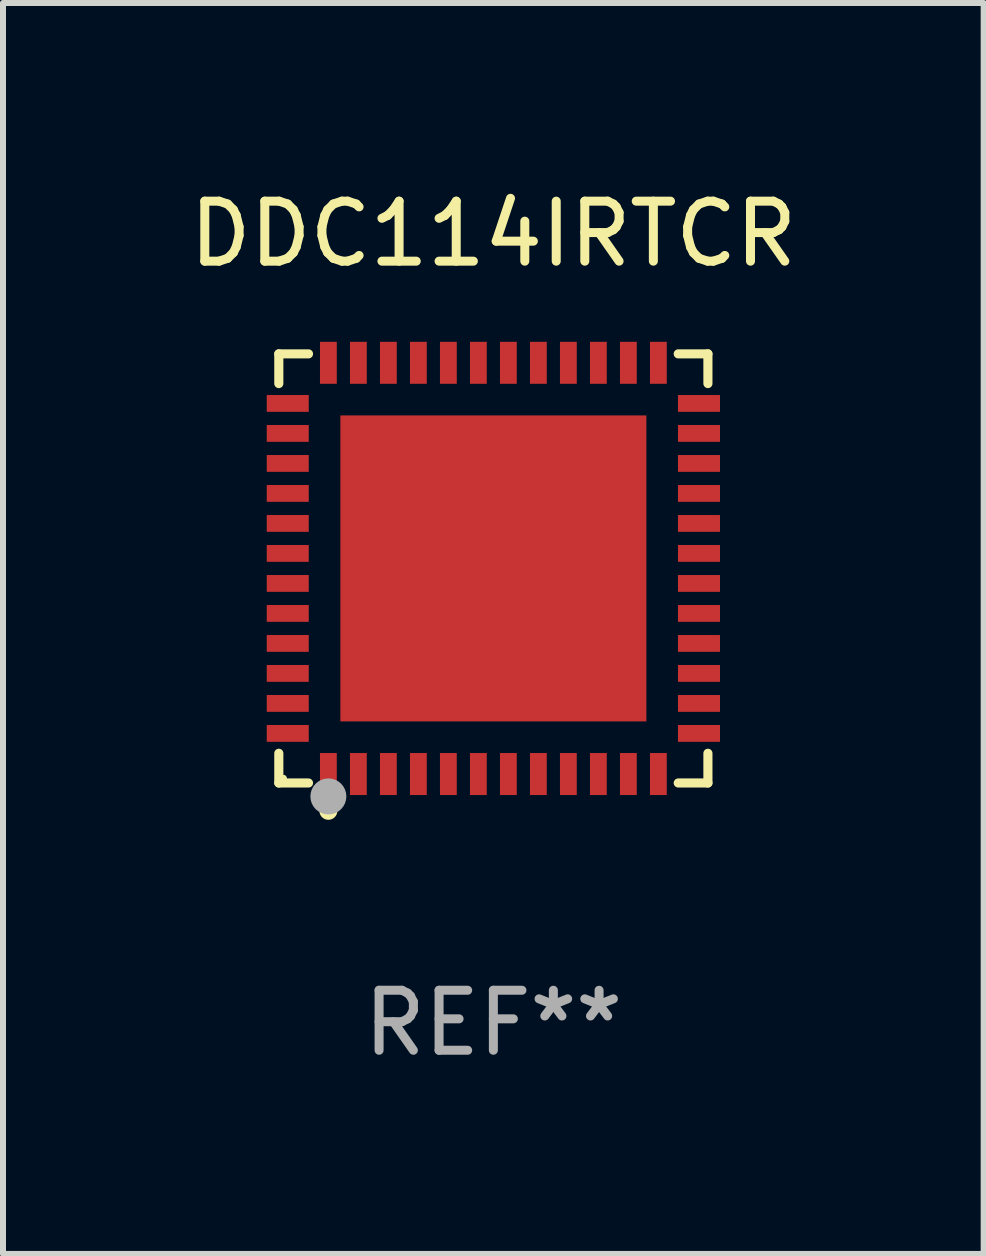
<source format=kicad_pcb>
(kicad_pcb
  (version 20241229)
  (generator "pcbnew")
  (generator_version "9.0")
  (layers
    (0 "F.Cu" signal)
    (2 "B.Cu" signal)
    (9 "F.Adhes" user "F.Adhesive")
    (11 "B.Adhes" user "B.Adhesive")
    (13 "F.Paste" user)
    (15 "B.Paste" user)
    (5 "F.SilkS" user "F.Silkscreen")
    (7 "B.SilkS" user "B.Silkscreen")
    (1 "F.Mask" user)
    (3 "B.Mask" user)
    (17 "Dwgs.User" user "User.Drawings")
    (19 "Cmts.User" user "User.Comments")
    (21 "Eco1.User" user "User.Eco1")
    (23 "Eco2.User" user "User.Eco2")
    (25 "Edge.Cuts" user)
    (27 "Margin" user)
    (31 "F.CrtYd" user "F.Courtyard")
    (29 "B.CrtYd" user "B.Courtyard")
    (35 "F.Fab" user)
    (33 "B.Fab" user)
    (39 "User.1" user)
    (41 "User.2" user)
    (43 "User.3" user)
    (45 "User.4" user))
  (footprint "DDC114IRTCR"
    (layer "F.Cu")
    (at 5.173 6.424)
    (property "Reference" "DDC114IRTCR" (at 0 -5.576 0) (layer "F.SilkS") (effects (font (size 1 1) (thickness 0.15))))
    (attr through_hole)
    (fp_line (start -3.576 -3.576) (end -3.081 -3.576) (stroke (width 0.152) (type solid)) (layer "F.SilkS"))
    (fp_line (start -3.576 -3.081) (end -3.576 -3.576) (stroke (width 0.152) (type solid)) (layer "F.SilkS"))
    (fp_line (start -3.576 3.081) (end -3.576 3.576) (stroke (width 0.152) (type solid)) (layer "F.SilkS"))
    (fp_line (start -3.576 3.576) (end -3.081 3.576) (stroke (width 0.152) (type solid)) (layer "F.SilkS"))
    (fp_line (start 3.576 -3.576) (end 3.081 -3.576) (stroke (width 0.152) (type solid)) (layer "F.SilkS"))
    (fp_line (start 3.576 -3.081) (end 3.576 -3.576) (stroke (width 0.152) (type solid)) (layer "F.SilkS"))
    (fp_line (start 3.576 3.081) (end 3.576 3.576) (stroke (width 0.152) (type solid)) (layer "F.SilkS"))
    (fp_line (start 3.576 3.576) (end 3.081 3.576) (stroke (width 0.152) (type solid)) (layer "F.SilkS"))
    (fp_circle (center -3.5 3.5) (end -3.47 3.5) (stroke (width 0.06) (type solid)) (fill no) (layer "F.SilkS"))
    (fp_circle (center -2.75 4.04) (end -2.675 4.04) (stroke (width 0.15) (type solid)) (fill no) (layer "F.SilkS"))
    (fp_circle (center -2.75 3.8) (end -2.6 3.8) (stroke (width 0.3) (type solid)) (fill no) (layer "F.Fab"))
    (fp_text user "REF**" (at 0 7.576 0) (layer "F.Fab") (effects (font (size 1 1) (thickness 0.15))))
    (pad "1" smd rect (at -2.75 3.427) (size 0.28 0.7) (layers "F.Cu" "F.Mask" "F.Paste"))
    (pad "2" smd rect (at -2.25 3.427) (size 0.28 0.7) (layers "F.Cu" "F.Mask" "F.Paste"))
    (pad "3" smd rect (at -1.75 3.427) (size 0.28 0.7) (layers "F.Cu" "F.Mask" "F.Paste"))
    (pad "4" smd rect (at -1.25 3.427) (size 0.28 0.7) (layers "F.Cu" "F.Mask" "F.Paste"))
    (pad "5" smd rect (at -0.75 3.427) (size 0.28 0.7) (layers "F.Cu" "F.Mask" "F.Paste"))
    (pad "6" smd rect (at -0.25 3.427) (size 0.28 0.7) (layers "F.Cu" "F.Mask" "F.Paste"))
    (pad "7" smd rect (at 0.25 3.427) (size 0.28 0.7) (layers "F.Cu" "F.Mask" "F.Paste"))
    (pad "8" smd rect (at 0.75 3.427) (size 0.28 0.7) (layers "F.Cu" "F.Mask" "F.Paste"))
    (pad "9" smd rect (at 1.25 3.427) (size 0.28 0.7) (layers "F.Cu" "F.Mask" "F.Paste"))
    (pad "10" smd rect (at 1.75 3.427) (size 0.28 0.7) (layers "F.Cu" "F.Mask" "F.Paste"))
    (pad "11" smd rect (at 2.25 3.427) (size 0.28 0.7) (layers "F.Cu" "F.Mask" "F.Paste"))
    (pad "12" smd rect (at 2.75 3.427) (size 0.28 0.7) (layers "F.Cu" "F.Mask" "F.Paste"))
    (pad "13" smd rect (at 3.427 2.75) (size 0.7 0.28) (layers "F.Cu" "F.Mask" "F.Paste"))
    (pad "14" smd rect (at 3.427 2.25) (size 0.7 0.28) (layers "F.Cu" "F.Mask" "F.Paste"))
    (pad "15" smd rect (at 3.427 1.75) (size 0.7 0.28) (layers "F.Cu" "F.Mask" "F.Paste"))
    (pad "16" smd rect (at 3.427 1.25) (size 0.7 0.28) (layers "F.Cu" "F.Mask" "F.Paste"))
    (pad "17" smd rect (at 3.427 0.75) (size 0.7 0.28) (layers "F.Cu" "F.Mask" "F.Paste"))
    (pad "18" smd rect (at 3.427 0.25) (size 0.7 0.28) (layers "F.Cu" "F.Mask" "F.Paste"))
    (pad "19" smd rect (at 3.427 -0.25) (size 0.7 0.28) (layers "F.Cu" "F.Mask" "F.Paste"))
    (pad "20" smd rect (at 3.427 -0.75) (size 0.7 0.28) (layers "F.Cu" "F.Mask" "F.Paste"))
    (pad "21" smd rect (at 3.427 -1.25) (size 0.7 0.28) (layers "F.Cu" "F.Mask" "F.Paste"))
    (pad "22" smd rect (at 3.427 -1.75) (size 0.7 0.28) (layers "F.Cu" "F.Mask" "F.Paste"))
    (pad "23" smd rect (at 3.427 -2.25) (size 0.7 0.28) (layers "F.Cu" "F.Mask" "F.Paste"))
    (pad "24" smd rect (at 3.427 -2.75) (size 0.7 0.28) (layers "F.Cu" "F.Mask" "F.Paste"))
    (pad "25" smd rect (at 2.75 -3.427) (size 0.28 0.7) (layers "F.Cu" "F.Mask" "F.Paste"))
    (pad "26" smd rect (at 2.25 -3.427) (size 0.28 0.7) (layers "F.Cu" "F.Mask" "F.Paste"))
    (pad "27" smd rect (at 1.75 -3.427) (size 0.28 0.7) (layers "F.Cu" "F.Mask" "F.Paste"))
    (pad "28" smd rect (at 1.25 -3.427) (size 0.28 0.7) (layers "F.Cu" "F.Mask" "F.Paste"))
    (pad "29" smd rect (at 0.75 -3.427) (size 0.28 0.7) (layers "F.Cu" "F.Mask" "F.Paste"))
    (pad "30" smd rect (at 0.25 -3.427) (size 0.28 0.7) (layers "F.Cu" "F.Mask" "F.Paste"))
    (pad "31" smd rect (at -0.25 -3.427) (size 0.28 0.7) (layers "F.Cu" "F.Mask" "F.Paste"))
    (pad "32" smd rect (at -0.75 -3.427) (size 0.28 0.7) (layers "F.Cu" "F.Mask" "F.Paste"))
    (pad "33" smd rect (at -1.25 -3.427) (size 0.28 0.7) (layers "F.Cu" "F.Mask" "F.Paste"))
    (pad "34" smd rect (at -1.75 -3.427) (size 0.28 0.7) (layers "F.Cu" "F.Mask" "F.Paste"))
    (pad "35" smd rect (at -2.25 -3.427) (size 0.28 0.7) (layers "F.Cu" "F.Mask" "F.Paste"))
    (pad "36" smd rect (at -2.75 -3.427) (size 0.28 0.7) (layers "F.Cu" "F.Mask" "F.Paste"))
    (pad "37" smd rect (at -3.427 -2.75) (size 0.7 0.28) (layers "F.Cu" "F.Mask" "F.Paste"))
    (pad "38" smd rect (at -3.427 -2.25) (size 0.7 0.28) (layers "F.Cu" "F.Mask" "F.Paste"))
    (pad "39" smd rect (at -3.427 -1.75) (size 0.7 0.28) (layers "F.Cu" "F.Mask" "F.Paste"))
    (pad "40" smd rect (at -3.427 -1.25) (size 0.7 0.28) (layers "F.Cu" "F.Mask" "F.Paste"))
    (pad "41" smd rect (at -3.427 -0.75) (size 0.7 0.28) (layers "F.Cu" "F.Mask" "F.Paste"))
    (pad "42" smd rect (at -3.427 -0.25) (size 0.7 0.28) (layers "F.Cu" "F.Mask" "F.Paste"))
    (pad "43" smd rect (at -3.427 0.25) (size 0.7 0.28) (layers "F.Cu" "F.Mask" "F.Paste"))
    (pad "44" smd rect (at -3.427 0.75) (size 0.7 0.28) (layers "F.Cu" "F.Mask" "F.Paste"))
    (pad "45" smd rect (at -3.427 1.25) (size 0.7 0.28) (layers "F.Cu" "F.Mask" "F.Paste"))
    (pad "46" smd rect (at -3.427 1.75) (size 0.7 0.28) (layers "F.Cu" "F.Mask" "F.Paste"))
    (pad "47" smd rect (at -3.427 2.25) (size 0.7 0.28) (layers "F.Cu" "F.Mask" "F.Paste"))
    (pad "48" smd rect (at -3.427 2.75) (size 0.7 0.28) (layers "F.Cu" "F.Mask" "F.Paste"))
    (pad "49" smd rect (at 0 0) (size 5.1 5.1) (layers "F.Cu" "F.Mask" "F.Paste")))
  (gr_rect
    (start -3 -3)
    (end 13.345 17.849)
    (stroke (width 0.1) (type default))
    (fill no)
    (layer "Edge.Cuts")))
</source>
